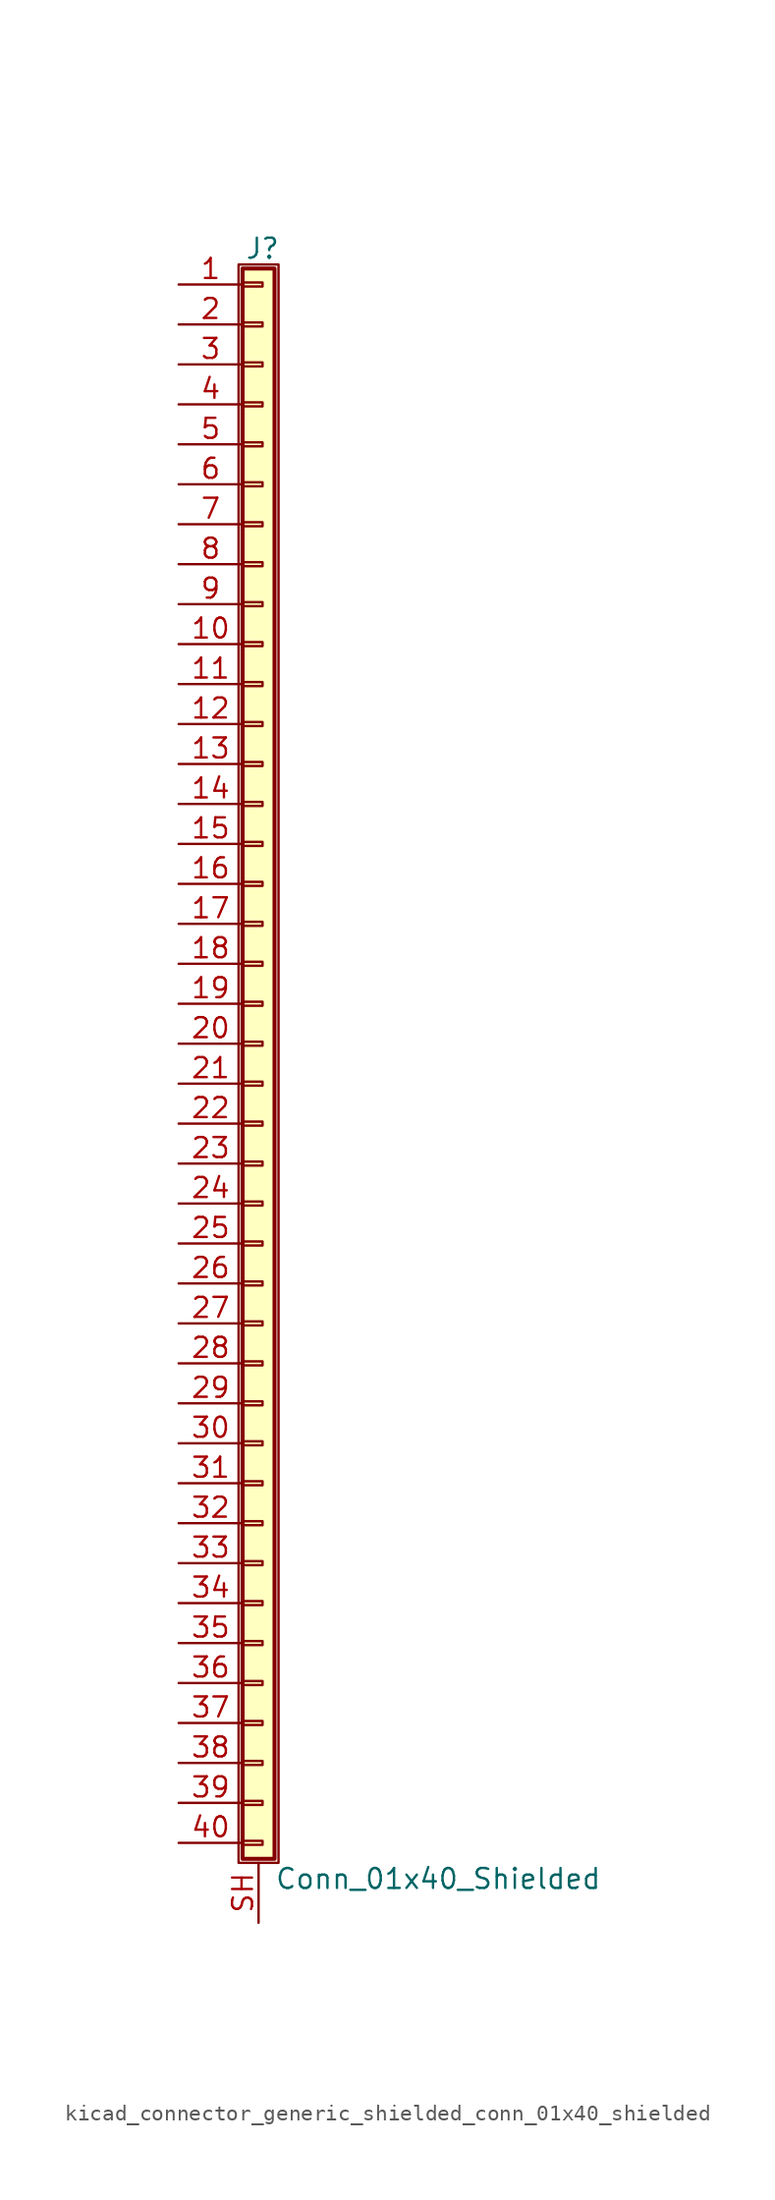
<source format=kicad_sym>
(kicad_symbol_lib
  (version 20220914)
  (generator kicad_symbol_editor)
  (symbol "kicad_connector_generic_shielded_conn_01x40_shielded"
    (pin_names
      (offset 1.016) hide)
    (property "Reference" "J"
      (at 0.254 50.546 0)
      (effects (font (size 1.27 1.27))))
    (property "Value" "Conn_01x40_Shielded"
      (at 1.016 -53.086 0)
      (effects (font (size 1.27 1.27)) (justify left)))
    (symbol "kicad_connector_generic_shielded_conn_01x40_shielded_1_1"
      (rectangle (start -1.27 49.53) (end 1.27 -52.07) (stroke (width 0.152) (type default)) (fill (type none)))
      (rectangle (start -1.016 -50.673) (end 0.254 -50.927) (stroke (width 0.152) (type default)) (fill (type none)))
      (rectangle (start -1.016 -48.133) (end 0.254 -48.387) (stroke (width 0.152) (type default)) (fill (type none)))
      (rectangle (start -1.016 -45.593) (end 0.254 -45.847) (stroke (width 0.152) (type default)) (fill (type none)))
      (rectangle (start -1.016 -43.053) (end 0.254 -43.307) (stroke (width 0.152) (type default)) (fill (type none)))
      (rectangle (start -1.016 -40.513) (end 0.254 -40.767) (stroke (width 0.152) (type default)) (fill (type none)))
      (rectangle (start -1.016 -37.973) (end 0.254 -38.227) (stroke (width 0.152) (type default)) (fill (type none)))
      (rectangle (start -1.016 -35.433) (end 0.254 -35.687) (stroke (width 0.152) (type default)) (fill (type none)))
      (rectangle (start -1.016 -32.893) (end 0.254 -33.147) (stroke (width 0.152) (type default)) (fill (type none)))
      (rectangle (start -1.016 -30.353) (end 0.254 -30.607) (stroke (width 0.152) (type default)) (fill (type none)))
      (rectangle (start -1.016 -27.813) (end 0.254 -28.067) (stroke (width 0.152) (type default)) (fill (type none)))
      (rectangle (start -1.016 -25.273) (end 0.254 -25.527) (stroke (width 0.152) (type default)) (fill (type none)))
      (rectangle (start -1.016 -22.733) (end 0.254 -22.987) (stroke (width 0.152) (type default)) (fill (type none)))
      (rectangle (start -1.016 -20.193) (end 0.254 -20.447) (stroke (width 0.152) (type default)) (fill (type none)))
      (rectangle (start -1.016 -17.653) (end 0.254 -17.907) (stroke (width 0.152) (type default)) (fill (type none)))
      (rectangle (start -1.016 -15.113) (end 0.254 -15.367) (stroke (width 0.152) (type default)) (fill (type none)))
      (rectangle (start -1.016 -12.573) (end 0.254 -12.827) (stroke (width 0.152) (type default)) (fill (type none)))
      (rectangle (start -1.016 -10.033) (end 0.254 -10.287) (stroke (width 0.152) (type default)) (fill (type none)))
      (rectangle (start -1.016 -7.493) (end 0.254 -7.747) (stroke (width 0.152) (type default)) (fill (type none)))
      (rectangle (start -1.016 -4.953) (end 0.254 -5.207) (stroke (width 0.152) (type default)) (fill (type none)))
      (rectangle (start -1.016 -2.413) (end 0.254 -2.667) (stroke (width 0.152) (type default)) (fill (type none)))
      (rectangle (start -1.016 0.127) (end 0.254 -0.127) (stroke (width 0.152) (type default)) (fill (type none)))
      (rectangle (start -1.016 2.667) (end 0.254 2.413) (stroke (width 0.152) (type default)) (fill (type none)))
      (rectangle (start -1.016 5.207) (end 0.254 4.953) (stroke (width 0.152) (type default)) (fill (type none)))
      (rectangle (start -1.016 7.747) (end 0.254 7.493) (stroke (width 0.152) (type default)) (fill (type none)))
      (rectangle (start -1.016 10.287) (end 0.254 10.033) (stroke (width 0.152) (type default)) (fill (type none)))
      (rectangle (start -1.016 12.827) (end 0.254 12.573) (stroke (width 0.152) (type default)) (fill (type none)))
      (rectangle (start -1.016 15.367) (end 0.254 15.113) (stroke (width 0.152) (type default)) (fill (type none)))
      (rectangle (start -1.016 17.907) (end 0.254 17.653) (stroke (width 0.152) (type default)) (fill (type none)))
      (rectangle (start -1.016 20.447) (end 0.254 20.193) (stroke (width 0.152) (type default)) (fill (type none)))
      (rectangle (start -1.016 22.987) (end 0.254 22.733) (stroke (width 0.152) (type default)) (fill (type none)))
      (rectangle (start -1.016 25.527) (end 0.254 25.273) (stroke (width 0.152) (type default)) (fill (type none)))
      (rectangle (start -1.016 28.067) (end 0.254 27.813) (stroke (width 0.152) (type default)) (fill (type none)))
      (rectangle (start -1.016 30.607) (end 0.254 30.353) (stroke (width 0.152) (type default)) (fill (type none)))
      (rectangle (start -1.016 33.147) (end 0.254 32.893) (stroke (width 0.152) (type default)) (fill (type none)))
      (rectangle (start -1.016 35.687) (end 0.254 35.433) (stroke (width 0.152) (type default)) (fill (type none)))
      (rectangle (start -1.016 38.227) (end 0.254 37.973) (stroke (width 0.152) (type default)) (fill (type none)))
      (rectangle (start -1.016 40.767) (end 0.254 40.513) (stroke (width 0.152) (type default)) (fill (type none)))
      (rectangle (start -1.016 43.307) (end 0.254 43.053) (stroke (width 0.152) (type default)) (fill (type none)))
      (rectangle (start -1.016 45.847) (end 0.254 45.593) (stroke (width 0.152) (type default)) (fill (type none)))
      (rectangle (start -1.016 48.387) (end 0.254 48.133) (stroke (width 0.152) (type default)) (fill (type none)))
      (rectangle (start -1.016 49.276) (end 1.016 -51.816) (stroke (width 0.254) (type default)) (fill (type background)))
      (pin passive line (at -5.08 48.26 0) (length 4.064) (name "Pin_1" (effects (font (size 1.27 1.27)))) (number "1" (effects (font (size 1.27 1.27)))))
      (pin passive line (at -5.08 25.4 0) (length 4.064) (name "Pin_10" (effects (font (size 1.27 1.27)))) (number "10" (effects (font (size 1.27 1.27)))))
      (pin passive line (at -5.08 22.86 0) (length 4.064) (name "Pin_11" (effects (font (size 1.27 1.27)))) (number "11" (effects (font (size 1.27 1.27)))))
      (pin passive line (at -5.08 20.32 0) (length 4.064) (name "Pin_12" (effects (font (size 1.27 1.27)))) (number "12" (effects (font (size 1.27 1.27)))))
      (pin passive line (at -5.08 17.78 0) (length 4.064) (name "Pin_13" (effects (font (size 1.27 1.27)))) (number "13" (effects (font (size 1.27 1.27)))))
      (pin passive line (at -5.08 15.24 0) (length 4.064) (name "Pin_14" (effects (font (size 1.27 1.27)))) (number "14" (effects (font (size 1.27 1.27)))))
      (pin passive line (at -5.08 12.7 0) (length 4.064) (name "Pin_15" (effects (font (size 1.27 1.27)))) (number "15" (effects (font (size 1.27 1.27)))))
      (pin passive line (at -5.08 10.16 0) (length 4.064) (name "Pin_16" (effects (font (size 1.27 1.27)))) (number "16" (effects (font (size 1.27 1.27)))))
      (pin passive line (at -5.08 7.62 0) (length 4.064) (name "Pin_17" (effects (font (size 1.27 1.27)))) (number "17" (effects (font (size 1.27 1.27)))))
      (pin passive line (at -5.08 5.08 0) (length 4.064) (name "Pin_18" (effects (font (size 1.27 1.27)))) (number "18" (effects (font (size 1.27 1.27)))))
      (pin passive line (at -5.08 2.54 0) (length 4.064) (name "Pin_19" (effects (font (size 1.27 1.27)))) (number "19" (effects (font (size 1.27 1.27)))))
      (pin passive line (at -5.08 45.72 0) (length 4.064) (name "Pin_2" (effects (font (size 1.27 1.27)))) (number "2" (effects (font (size 1.27 1.27)))))
      (pin passive line (at -5.08 0 0) (length 4.064) (name "Pin_20" (effects (font (size 1.27 1.27)))) (number "20" (effects (font (size 1.27 1.27)))))
      (pin passive line (at -5.08 -2.54 0) (length 4.064) (name "Pin_21" (effects (font (size 1.27 1.27)))) (number "21" (effects (font (size 1.27 1.27)))))
      (pin passive line (at -5.08 -5.08 0) (length 4.064) (name "Pin_22" (effects (font (size 1.27 1.27)))) (number "22" (effects (font (size 1.27 1.27)))))
      (pin passive line (at -5.08 -7.62 0) (length 4.064) (name "Pin_23" (effects (font (size 1.27 1.27)))) (number "23" (effects (font (size 1.27 1.27)))))
      (pin passive line (at -5.08 -10.16 0) (length 4.064) (name "Pin_24" (effects (font (size 1.27 1.27)))) (number "24" (effects (font (size 1.27 1.27)))))
      (pin passive line (at -5.08 -12.7 0) (length 4.064) (name "Pin_25" (effects (font (size 1.27 1.27)))) (number "25" (effects (font (size 1.27 1.27)))))
      (pin passive line (at -5.08 -15.24 0) (length 4.064) (name "Pin_26" (effects (font (size 1.27 1.27)))) (number "26" (effects (font (size 1.27 1.27)))))
      (pin passive line (at -5.08 -17.78 0) (length 4.064) (name "Pin_27" (effects (font (size 1.27 1.27)))) (number "27" (effects (font (size 1.27 1.27)))))
      (pin passive line (at -5.08 -20.32 0) (length 4.064) (name "Pin_28" (effects (font (size 1.27 1.27)))) (number "28" (effects (font (size 1.27 1.27)))))
      (pin passive line (at -5.08 -22.86 0) (length 4.064) (name "Pin_29" (effects (font (size 1.27 1.27)))) (number "29" (effects (font (size 1.27 1.27)))))
      (pin passive line (at -5.08 43.18 0) (length 4.064) (name "Pin_3" (effects (font (size 1.27 1.27)))) (number "3" (effects (font (size 1.27 1.27)))))
      (pin passive line (at -5.08 -25.4 0) (length 4.064) (name "Pin_30" (effects (font (size 1.27 1.27)))) (number "30" (effects (font (size 1.27 1.27)))))
      (pin passive line (at -5.08 -27.94 0) (length 4.064) (name "Pin_31" (effects (font (size 1.27 1.27)))) (number "31" (effects (font (size 1.27 1.27)))))
      (pin passive line (at -5.08 -30.48 0) (length 4.064) (name "Pin_32" (effects (font (size 1.27 1.27)))) (number "32" (effects (font (size 1.27 1.27)))))
      (pin passive line (at -5.08 -33.02 0) (length 4.064) (name "Pin_33" (effects (font (size 1.27 1.27)))) (number "33" (effects (font (size 1.27 1.27)))))
      (pin passive line (at -5.08 -35.56 0) (length 4.064) (name "Pin_34" (effects (font (size 1.27 1.27)))) (number "34" (effects (font (size 1.27 1.27)))))
      (pin passive line (at -5.08 -38.1 0) (length 4.064) (name "Pin_35" (effects (font (size 1.27 1.27)))) (number "35" (effects (font (size 1.27 1.27)))))
      (pin passive line (at -5.08 -40.64 0) (length 4.064) (name "Pin_36" (effects (font (size 1.27 1.27)))) (number "36" (effects (font (size 1.27 1.27)))))
      (pin passive line (at -5.08 -43.18 0) (length 4.064) (name "Pin_37" (effects (font (size 1.27 1.27)))) (number "37" (effects (font (size 1.27 1.27)))))
      (pin passive line (at -5.08 -45.72 0) (length 4.064) (name "Pin_38" (effects (font (size 1.27 1.27)))) (number "38" (effects (font (size 1.27 1.27)))))
      (pin passive line (at -5.08 -48.26 0) (length 4.064) (name "Pin_39" (effects (font (size 1.27 1.27)))) (number "39" (effects (font (size 1.27 1.27)))))
      (pin passive line (at -5.08 40.64 0) (length 4.064) (name "Pin_4" (effects (font (size 1.27 1.27)))) (number "4" (effects (font (size 1.27 1.27)))))
      (pin passive line (at -5.08 -50.8 0) (length 4.064) (name "Pin_40" (effects (font (size 1.27 1.27)))) (number "40" (effects (font (size 1.27 1.27)))))
      (pin passive line (at -5.08 38.1 0) (length 4.064) (name "Pin_5" (effects (font (size 1.27 1.27)))) (number "5" (effects (font (size 1.27 1.27)))))
      (pin passive line (at -5.08 35.56 0) (length 4.064) (name "Pin_6" (effects (font (size 1.27 1.27)))) (number "6" (effects (font (size 1.27 1.27)))))
      (pin passive line (at -5.08 33.02 0) (length 4.064) (name "Pin_7" (effects (font (size 1.27 1.27)))) (number "7" (effects (font (size 1.27 1.27)))))
      (pin passive line (at -5.08 30.48 0) (length 4.064) (name "Pin_8" (effects (font (size 1.27 1.27)))) (number "8" (effects (font (size 1.27 1.27)))))
      (pin passive line (at -5.08 27.94 0) (length 4.064) (name "Pin_9" (effects (font (size 1.27 1.27)))) (number "9" (effects (font (size 1.27 1.27)))))
      (pin passive line (at 0 -55.88 90) (length 3.81) (name "Shield" (effects (font (size 1.27 1.27)))) (number "SH" (effects (font (size 1.27 1.27))))))))
</source>
